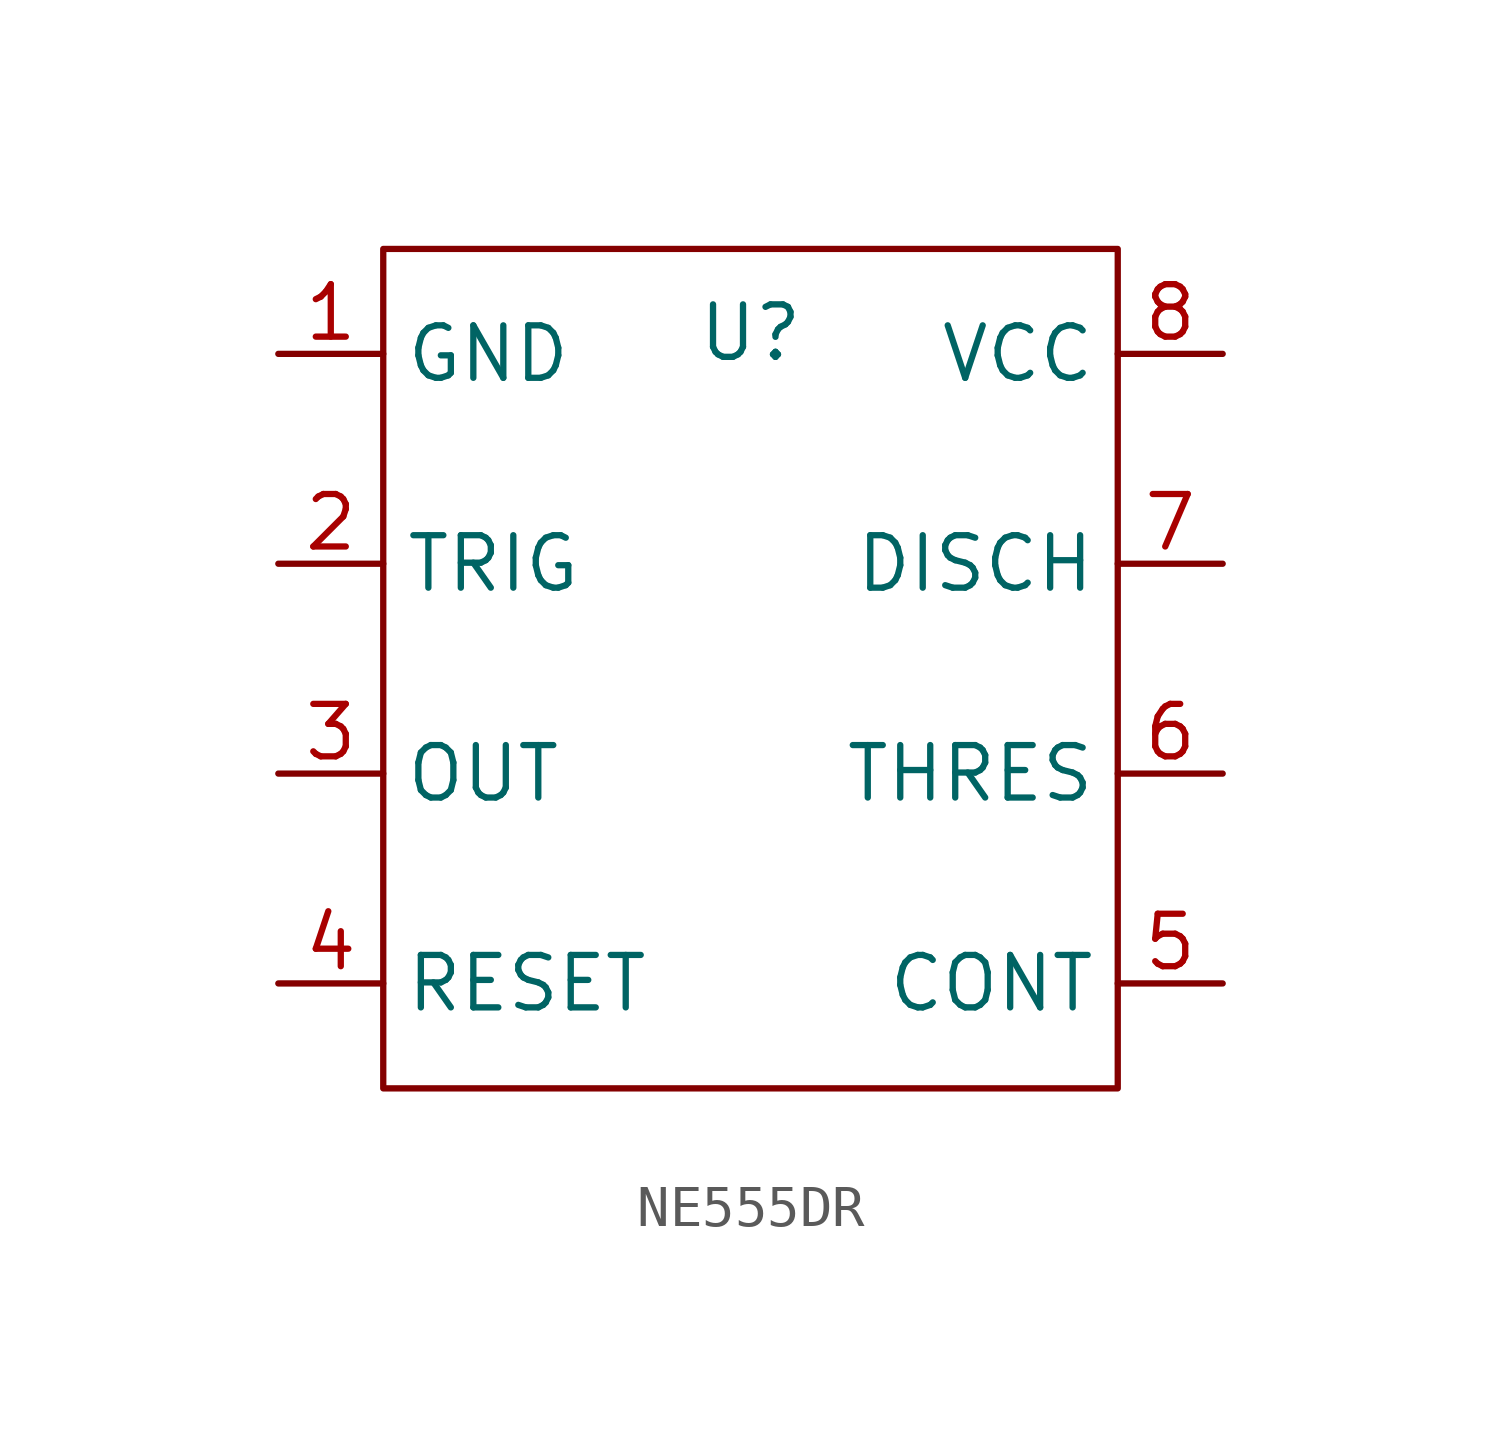
<source format=kicad_sym>
(kicad_symbol_lib
  (version 20241209)
  (generator "kicad_symbol_editor")
  (generator_version "9.0")
  (symbol "NE555DR"
    (property "Reference" "U"
      (at 0 8.128 0)
      (effects (font (size 1.27 1.27))))
    (property "Value" ""
      (at 0 0 0)
      (effects (font (size 1.27 1.27))))
    (symbol "NE555DR_0_1"
      (rectangle (start -8.89 10.16) (end 8.89 -10.16) (stroke (width 0) (type default)) (fill (type none))))
    (symbol "NE555DR_1_1"
      (pin input line (at -11.43 7.62 0) (length 2.54) (name "GND" (effects (font (size 1.27 1.27)))) (number "1" (effects (font (size 1.27 1.27)))))
      (pin input line (at -11.43 2.54 0) (length 2.54) (name "TRIG" (effects (font (size 1.27 1.27)))) (number "2" (effects (font (size 1.27 1.27)))))
      (pin input line (at -11.43 -2.54 0) (length 2.54) (name "OUT" (effects (font (size 1.27 1.27)))) (number "3" (effects (font (size 1.27 1.27)))))
      (pin input line (at -11.43 -7.62 0) (length 2.54) (name "RESET" (effects (font (size 1.27 1.27)))) (number "4" (effects (font (size 1.27 1.27)))))
      (pin input line (at 11.43 7.62 180) (length 2.54) (name "VCC" (effects (font (size 1.27 1.27)))) (number "8" (effects (font (size 1.27 1.27)))))
      (pin input line (at 11.43 2.54 180) (length 2.54) (name "DISCH" (effects (font (size 1.27 1.27)))) (number "7" (effects (font (size 1.27 1.27)))))
      (pin input line (at 11.43 -2.54 180) (length 2.54) (name "THRES" (effects (font (size 1.27 1.27)))) (number "6" (effects (font (size 1.27 1.27)))))
      (pin input line (at 11.43 -7.62 180) (length 2.54) (name "CONT" (effects (font (size 1.27 1.27)))) (number "5" (effects (font (size 1.27 1.27))))))))
</source>
